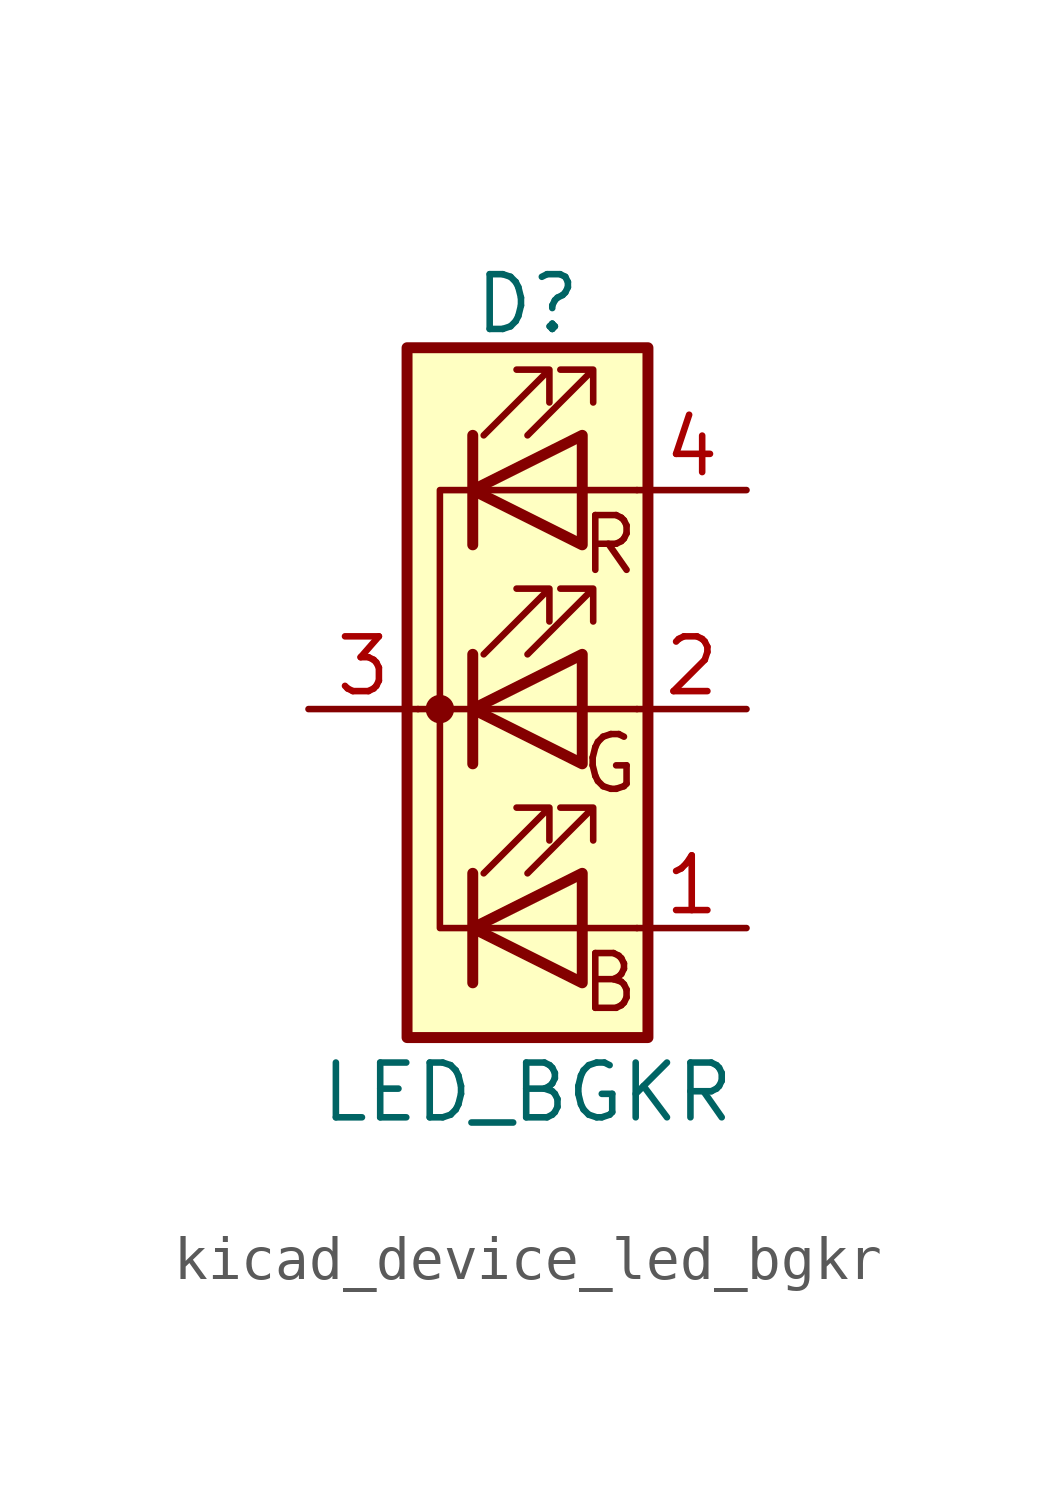
<source format=kicad_sym>
(kicad_symbol_lib
  (version 20220914)
  (generator kicad_symbol_editor)
  (symbol "kicad_device_led_bgkr"
    (pin_names
      (offset 0) hide)
    (property "Reference" "D"
      (at 0 9.398 0)
      (effects (font (size 1.27 1.27))))
    (property "Value" "LED_BGKR"
      (at 0 -8.89 0)
      (effects (font (size 1.27 1.27))))
    (symbol "kicad_device_led_bgkr_0_0"
      (text "B" (at 1.905 -6.35 0) (effects (font (size 1.27 1.27))))
      (text "G" (at 1.905 -1.27 0) (effects (font (size 1.27 1.27))))
      (text "R" (at 1.905 3.81 0) (effects (font (size 1.27 1.27)))))
    (symbol "kicad_device_led_bgkr_0_1"
      (circle (center -2.032 0) (radius 0.254) (stroke (width 0) (type default)) (fill (type outline)))
      (polyline (pts (xy -1.27 -5.08) (xy 1.27 -5.08)) (stroke (width 0) (type default)) (fill (type none)))
      (polyline (pts (xy -1.27 -3.81) (xy -1.27 -6.35)) (stroke (width 0.254) (type default)) (fill (type none)))
      (polyline (pts (xy -1.27 0) (xy -2.54 0)) (stroke (width 0) (type default)) (fill (type none)))
      (polyline (pts (xy -1.27 1.27) (xy -1.27 -1.27)) (stroke (width 0.254) (type default)) (fill (type none)))
      (polyline (pts (xy -1.27 5.08) (xy 1.27 5.08)) (stroke (width 0) (type default)) (fill (type none)))
      (polyline (pts (xy -1.27 6.35) (xy -1.27 3.81)) (stroke (width 0.254) (type default)) (fill (type none)))
      (polyline (pts (xy 1.27 -5.08) (xy 2.54 -5.08)) (stroke (width 0) (type default)) (fill (type none)))
      (polyline (pts (xy 1.27 0) (xy -1.27 0)) (stroke (width 0) (type default)) (fill (type none)))
      (polyline (pts (xy 1.27 0) (xy 2.54 0)) (stroke (width 0) (type default)) (fill (type none)))
      (polyline (pts (xy 1.27 5.08) (xy 2.54 5.08)) (stroke (width 0) (type default)) (fill (type none)))
      (polyline (pts (xy -1.27 1.27) (xy -1.27 -1.27) (xy -1.27 -1.27)) (stroke (width 0) (type default)) (fill (type none)))
      (polyline (pts (xy -1.27 6.35) (xy -1.27 3.81) (xy -1.27 3.81)) (stroke (width 0) (type default)) (fill (type none)))
      (polyline (pts (xy -1.27 5.08) (xy -2.032 5.08) (xy -2.032 -5.08) (xy -1.016 -5.08)) (stroke (width 0) (type default)) (fill (type none)))
      (polyline (pts (xy 1.27 -3.81) (xy 1.27 -6.35) (xy -1.27 -5.08) (xy 1.27 -3.81)) (stroke (width 0.254) (type default)) (fill (type none)))
      (polyline (pts (xy 1.27 1.27) (xy 1.27 -1.27) (xy -1.27 0) (xy 1.27 1.27)) (stroke (width 0.254) (type default)) (fill (type none)))
      (polyline (pts (xy 1.27 6.35) (xy 1.27 3.81) (xy -1.27 5.08) (xy 1.27 6.35)) (stroke (width 0.254) (type default)) (fill (type none)))
      (polyline (pts (xy -1.016 -3.81) (xy 0.508 -2.286) (xy -0.254 -2.286) (xy 0.508 -2.286) (xy 0.508 -3.048)) (stroke (width 0) (type default)) (fill (type none)))
      (polyline (pts (xy -1.016 1.27) (xy 0.508 2.794) (xy -0.254 2.794) (xy 0.508 2.794) (xy 0.508 2.032)) (stroke (width 0) (type default)) (fill (type none)))
      (polyline (pts (xy -1.016 6.35) (xy 0.508 7.874) (xy -0.254 7.874) (xy 0.508 7.874) (xy 0.508 7.112)) (stroke (width 0) (type default)) (fill (type none)))
      (polyline (pts (xy 0 -3.81) (xy 1.524 -2.286) (xy 0.762 -2.286) (xy 1.524 -2.286) (xy 1.524 -3.048)) (stroke (width 0) (type default)) (fill (type none)))
      (polyline (pts (xy 0 1.27) (xy 1.524 2.794) (xy 0.762 2.794) (xy 1.524 2.794) (xy 1.524 2.032)) (stroke (width 0) (type default)) (fill (type none)))
      (polyline (pts (xy 0 6.35) (xy 1.524 7.874) (xy 0.762 7.874) (xy 1.524 7.874) (xy 1.524 7.112)) (stroke (width 0) (type default)) (fill (type none)))
      (rectangle (start 1.27 -1.27) (end 1.27 1.27) (stroke (width 0) (type default)) (fill (type none)))
      (rectangle (start 1.27 1.27) (end 1.27 1.27) (stroke (width 0) (type default)) (fill (type none)))
      (rectangle (start 1.27 3.81) (end 1.27 6.35) (stroke (width 0) (type default)) (fill (type none)))
      (rectangle (start 1.27 6.35) (end 1.27 6.35) (stroke (width 0) (type default)) (fill (type none)))
      (rectangle (start 2.794 8.382) (end -2.794 -7.62) (stroke (width 0.254) (type default)) (fill (type background))))
    (symbol "kicad_device_led_bgkr_1_1"
      (pin passive line (at 5.08 -5.08 180) (length 2.54) (name "BA" (effects (font (size 1.27 1.27)))) (number "1" (effects (font (size 1.27 1.27)))))
      (pin passive line (at 5.08 0 180) (length 2.54) (name "GA" (effects (font (size 1.27 1.27)))) (number "2" (effects (font (size 1.27 1.27)))))
      (pin passive line (at -5.08 0 0) (length 2.54) (name "K" (effects (font (size 1.27 1.27)))) (number "3" (effects (font (size 1.27 1.27)))))
      (pin passive line (at 5.08 5.08 180) (length 2.54) (name "RA" (effects (font (size 1.27 1.27)))) (number "4" (effects (font (size 1.27 1.27))))))))
</source>
